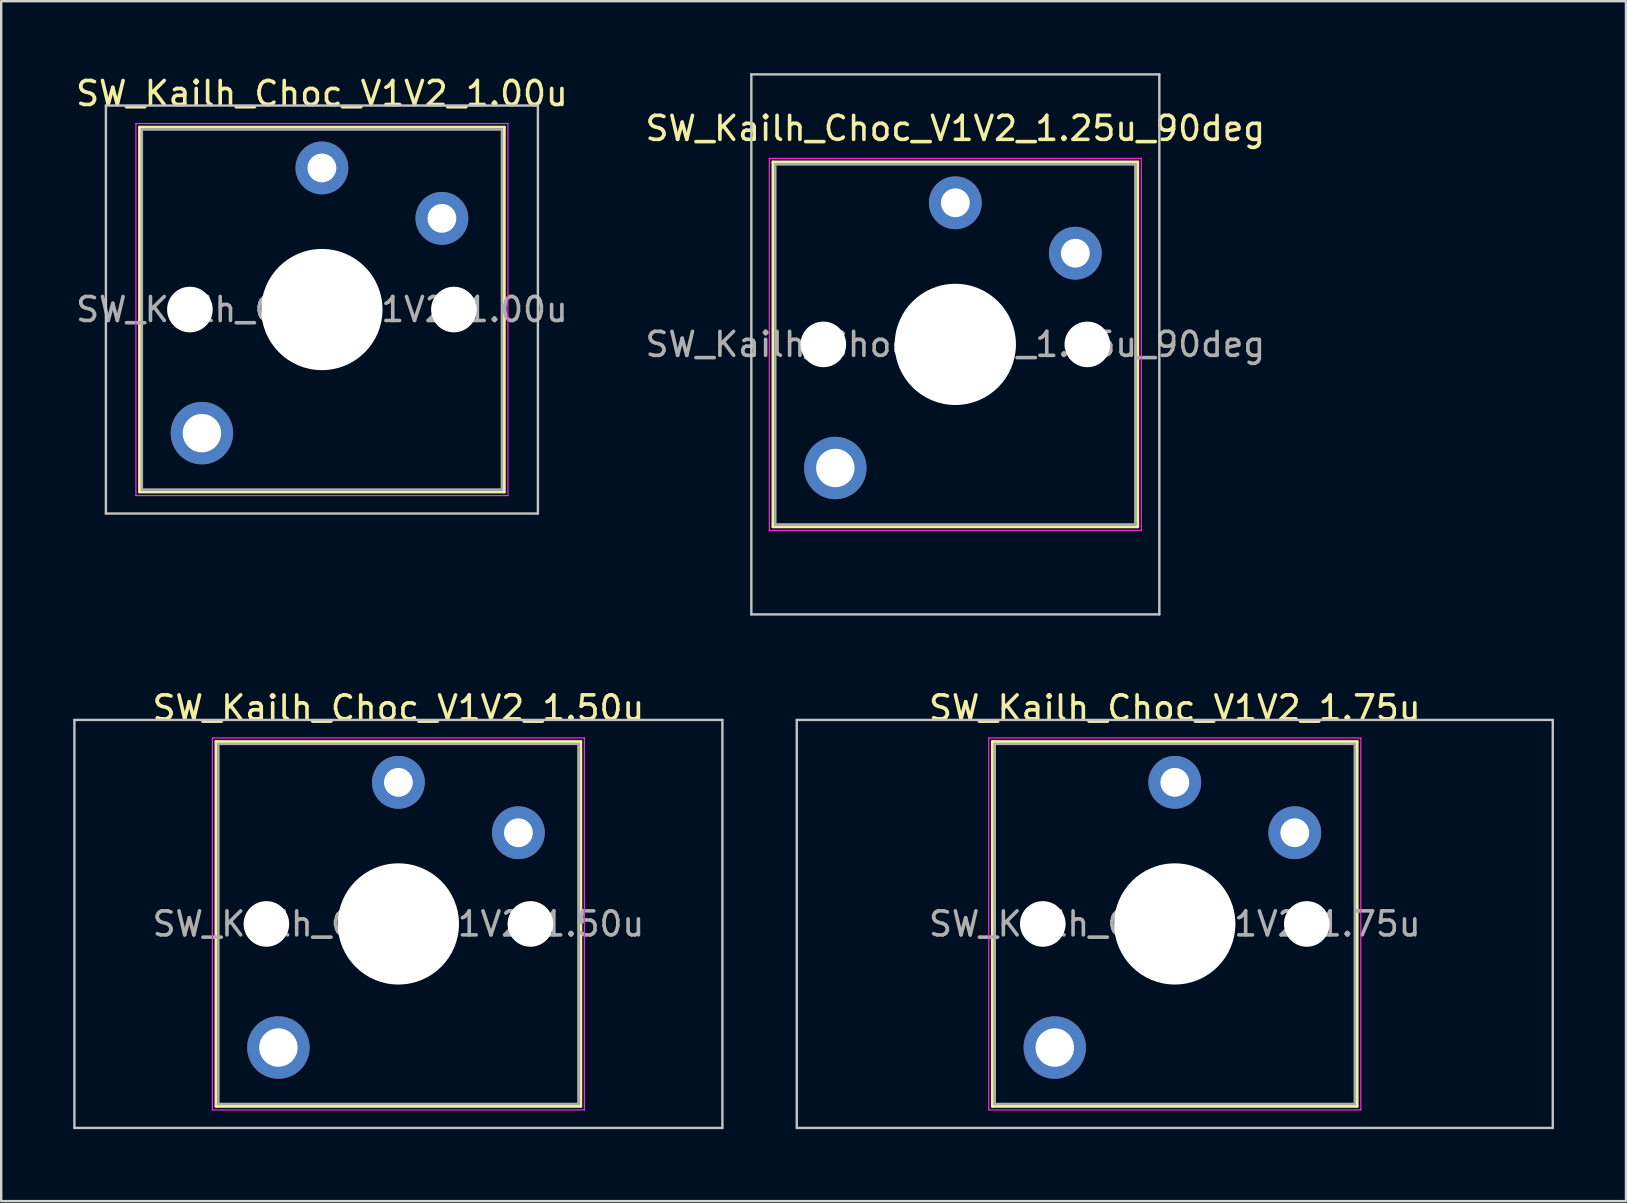
<source format=kicad_pcb>
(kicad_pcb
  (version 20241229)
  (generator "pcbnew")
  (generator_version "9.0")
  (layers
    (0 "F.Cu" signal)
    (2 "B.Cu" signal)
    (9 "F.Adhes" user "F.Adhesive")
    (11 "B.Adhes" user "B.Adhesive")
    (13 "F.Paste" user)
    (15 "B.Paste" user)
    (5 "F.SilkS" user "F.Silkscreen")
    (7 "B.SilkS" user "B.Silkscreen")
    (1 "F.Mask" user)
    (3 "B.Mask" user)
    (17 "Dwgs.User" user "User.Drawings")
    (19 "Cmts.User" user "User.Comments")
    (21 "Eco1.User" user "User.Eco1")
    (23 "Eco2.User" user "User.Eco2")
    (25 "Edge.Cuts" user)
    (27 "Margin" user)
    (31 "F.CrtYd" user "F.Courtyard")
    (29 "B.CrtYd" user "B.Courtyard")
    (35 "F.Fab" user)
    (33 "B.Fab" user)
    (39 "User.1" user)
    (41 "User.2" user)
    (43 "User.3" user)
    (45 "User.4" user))
  (footprint "SW_Kailh_Choc_V1V2_1.25u_90deg"
    (layer "F.Cu")
    (at 36.756 11.3)
    (property "Reference" "SW_Kailh_Choc_V1V2_1.25u_90deg" (at 0 -9 0) (layer "F.SilkS") (effects (font (size 1 1) (thickness 0.15))))
    (attr through_hole)
    (fp_line (start -7.6 -7.6) (end -7.6 7.6) (stroke (width 0.12) (type solid)) (layer "F.SilkS"))
    (fp_line (start -7.6 7.6) (end 7.6 7.6) (stroke (width 0.12) (type solid)) (layer "F.SilkS"))
    (fp_line (start 7.6 -7.6) (end -7.6 -7.6) (stroke (width 0.12) (type solid)) (layer "F.SilkS"))
    (fp_line (start 7.6 7.6) (end 7.6 -7.6) (stroke (width 0.12) (type solid)) (layer "F.SilkS"))
    (fp_line (start -8.5 -11.25) (end 8.5 -11.25) (stroke (width 0.1) (type solid)) (layer "Dwgs.User"))
    (fp_line (start -8.5 11.25) (end -8.5 -11.25) (stroke (width 0.1) (type solid)) (layer "Dwgs.User"))
    (fp_line (start 8.5 -11.25) (end 8.5 11.25) (stroke (width 0.1) (type solid)) (layer "Dwgs.User"))
    (fp_line (start 8.5 11.25) (end -8.5 11.25) (stroke (width 0.1) (type solid)) (layer "Dwgs.User"))
    (fp_line (start -7.25 -7.25) (end -7.25 7.25) (stroke (width 0.1) (type solid)) (layer "Eco1.User"))
    (fp_line (start -7.25 7.25) (end 7.25 7.25) (stroke (width 0.1) (type solid)) (layer "Eco1.User"))
    (fp_line (start 7.25 -7.25) (end -7.25 -7.25) (stroke (width 0.1) (type solid)) (layer "Eco1.User"))
    (fp_line (start 7.25 7.25) (end 7.25 -7.25) (stroke (width 0.1) (type solid)) (layer "Eco1.User"))
    (fp_line (start -7.75 -7.75) (end -7.75 7.75) (stroke (width 0.05) (type solid)) (layer "F.CrtYd"))
    (fp_line (start -7.75 7.75) (end 7.75 7.75) (stroke (width 0.05) (type solid)) (layer "F.CrtYd"))
    (fp_line (start 7.75 -7.75) (end -7.75 -7.75) (stroke (width 0.05) (type solid)) (layer "F.CrtYd"))
    (fp_line (start 7.75 7.75) (end 7.75 -7.75) (stroke (width 0.05) (type solid)) (layer "F.CrtYd"))
    (fp_line (start -7.5 -7.5) (end -7.5 7.5) (stroke (width 0.1) (type solid)) (layer "F.Fab"))
    (fp_line (start -7.5 7.5) (end 7.5 7.5) (stroke (width 0.1) (type solid)) (layer "F.Fab"))
    (fp_line (start 7.5 -7.5) (end -7.5 -7.5) (stroke (width 0.1) (type solid)) (layer "F.Fab"))
    (fp_line (start 7.5 7.5) (end 7.5 -7.5) (stroke (width 0.1) (type solid)) (layer "F.Fab"))
    (fp_text user "${REFERENCE}" (at 0 0 0) (layer "F.Fab") (effects (font (size 1 1) (thickness 0.15))))
    (pad "" np_thru_hole circle (at -5.5 0) (size 1.9 1.9) (drill 1.9) (layers "*.Cu" "*.Mask"))
    (pad "" smd circle (at -5 5.15) (size 1.65 1.65) (layers "F.Mask"))
    (pad "" thru_hole circle (at -5 5.15) (size 2.6 2.6) (drill 1.6) (layers "*.Cu" "B.Mask"))
    (pad "" smd circle (at 0 -5.9) (size 1.25 1.25) (layers "F.Mask"))
    (pad "" np_thru_hole circle (at 0 0) (size 5.05 5.05) (drill 5.05) (layers "*.Cu" "*.Mask"))
    (pad "" smd circle (at 5 -3.8) (size 1.25 1.25) (layers "F.Mask"))
    (pad "" np_thru_hole circle (at 5.5 0) (size 1.9 1.9) (drill 1.9) (layers "*.Cu" "*.Mask"))
    (pad "1" thru_hole circle (at 0 -5.9) (size 2.2 2.2) (drill 1.2) (layers "*.Cu" "B.Mask"))
    (pad "2" thru_hole circle (at 5 -3.8) (size 2.2 2.2) (drill 1.2) (layers "*.Cu" "B.Mask")))
  (footprint "SW_Kailh_Choc_V1V2_1.50u"
    (layer "F.Cu")
    (at 13.55 35.448)
    (property "Reference" "SW_Kailh_Choc_V1V2_1.50u" (at 0 -9 0) (layer "F.SilkS") (effects (font (size 1 1) (thickness 0.15))))
    (attr through_hole)
    (fp_line (start -7.6 -7.6) (end -7.6 7.6) (stroke (width 0.12) (type solid)) (layer "F.SilkS"))
    (fp_line (start -7.6 7.6) (end 7.6 7.6) (stroke (width 0.12) (type solid)) (layer "F.SilkS"))
    (fp_line (start 7.6 -7.6) (end -7.6 -7.6) (stroke (width 0.12) (type solid)) (layer "F.SilkS"))
    (fp_line (start 7.6 7.6) (end 7.6 -7.6) (stroke (width 0.12) (type solid)) (layer "F.SilkS"))
    (fp_line (start -13.5 -8.5) (end -13.5 8.5) (stroke (width 0.1) (type solid)) (layer "Dwgs.User"))
    (fp_line (start -13.5 8.5) (end 13.5 8.5) (stroke (width 0.1) (type solid)) (layer "Dwgs.User"))
    (fp_line (start 13.5 -8.5) (end -13.5 -8.5) (stroke (width 0.1) (type solid)) (layer "Dwgs.User"))
    (fp_line (start 13.5 8.5) (end 13.5 -8.5) (stroke (width 0.1) (type solid)) (layer "Dwgs.User"))
    (fp_line (start -7.25 -7.25) (end -7.25 7.25) (stroke (width 0.1) (type solid)) (layer "Eco1.User"))
    (fp_line (start -7.25 7.25) (end 7.25 7.25) (stroke (width 0.1) (type solid)) (layer "Eco1.User"))
    (fp_line (start 7.25 -7.25) (end -7.25 -7.25) (stroke (width 0.1) (type solid)) (layer "Eco1.User"))
    (fp_line (start 7.25 7.25) (end 7.25 -7.25) (stroke (width 0.1) (type solid)) (layer "Eco1.User"))
    (fp_line (start -7.75 -7.75) (end -7.75 7.75) (stroke (width 0.05) (type solid)) (layer "F.CrtYd"))
    (fp_line (start -7.75 7.75) (end 7.75 7.75) (stroke (width 0.05) (type solid)) (layer "F.CrtYd"))
    (fp_line (start 7.75 -7.75) (end -7.75 -7.75) (stroke (width 0.05) (type solid)) (layer "F.CrtYd"))
    (fp_line (start 7.75 7.75) (end 7.75 -7.75) (stroke (width 0.05) (type solid)) (layer "F.CrtYd"))
    (fp_line (start -7.5 -7.5) (end -7.5 7.5) (stroke (width 0.1) (type solid)) (layer "F.Fab"))
    (fp_line (start -7.5 7.5) (end 7.5 7.5) (stroke (width 0.1) (type solid)) (layer "F.Fab"))
    (fp_line (start 7.5 -7.5) (end -7.5 -7.5) (stroke (width 0.1) (type solid)) (layer "F.Fab"))
    (fp_line (start 7.5 7.5) (end 7.5 -7.5) (stroke (width 0.1) (type solid)) (layer "F.Fab"))
    (fp_text user "${REFERENCE}" (at 0 0 0) (layer "F.Fab") (effects (font (size 1 1) (thickness 0.15))))
    (pad "" np_thru_hole circle (at -5.5 0) (size 1.9 1.9) (drill 1.9) (layers "*.Cu" "*.Mask"))
    (pad "" smd circle (at -5 5.15) (size 1.65 1.65) (layers "F.Mask"))
    (pad "" thru_hole circle (at -5 5.15) (size 2.6 2.6) (drill 1.6) (layers "*.Cu" "B.Mask"))
    (pad "" smd circle (at 0 -5.9) (size 1.25 1.25) (layers "F.Mask"))
    (pad "" np_thru_hole circle (at 0 0) (size 5.05 5.05) (drill 5.05) (layers "*.Cu" "*.Mask"))
    (pad "" smd circle (at 5 -3.8) (size 1.25 1.25) (layers "F.Mask"))
    (pad "" np_thru_hole circle (at 5.5 0) (size 1.9 1.9) (drill 1.9) (layers "*.Cu" "*.Mask"))
    (pad "1" thru_hole circle (at 0 -5.9) (size 2.2 2.2) (drill 1.2) (layers "*.Cu" "B.Mask"))
    (pad "2" thru_hole circle (at 5 -3.8) (size 2.2 2.2) (drill 1.2) (layers "*.Cu" "B.Mask")))
  (footprint "SW_Kailh_Choc_V1V2_1.75u"
    (layer "F.Cu")
    (at 45.9 35.448)
    (property "Reference" "SW_Kailh_Choc_V1V2_1.75u" (at 0 -9 0) (layer "F.SilkS") (effects (font (size 1 1) (thickness 0.15))))
    (attr through_hole)
    (fp_line (start -7.6 -7.6) (end -7.6 7.6) (stroke (width 0.12) (type solid)) (layer "F.SilkS"))
    (fp_line (start -7.6 7.6) (end 7.6 7.6) (stroke (width 0.12) (type solid)) (layer "F.SilkS"))
    (fp_line (start 7.6 -7.6) (end -7.6 -7.6) (stroke (width 0.12) (type solid)) (layer "F.SilkS"))
    (fp_line (start 7.6 7.6) (end 7.6 -7.6) (stroke (width 0.12) (type solid)) (layer "F.SilkS"))
    (fp_line (start -15.75 -8.5) (end -15.75 8.5) (stroke (width 0.1) (type solid)) (layer "Dwgs.User"))
    (fp_line (start -15.75 8.5) (end 15.75 8.5) (stroke (width 0.1) (type solid)) (layer "Dwgs.User"))
    (fp_line (start 15.75 -8.5) (end -15.75 -8.5) (stroke (width 0.1) (type solid)) (layer "Dwgs.User"))
    (fp_line (start 15.75 8.5) (end 15.75 -8.5) (stroke (width 0.1) (type solid)) (layer "Dwgs.User"))
    (fp_line (start -7.25 -7.25) (end -7.25 7.25) (stroke (width 0.1) (type solid)) (layer "Eco1.User"))
    (fp_line (start -7.25 7.25) (end 7.25 7.25) (stroke (width 0.1) (type solid)) (layer "Eco1.User"))
    (fp_line (start 7.25 -7.25) (end -7.25 -7.25) (stroke (width 0.1) (type solid)) (layer "Eco1.User"))
    (fp_line (start 7.25 7.25) (end 7.25 -7.25) (stroke (width 0.1) (type solid)) (layer "Eco1.User"))
    (fp_line (start -7.75 -7.75) (end -7.75 7.75) (stroke (width 0.05) (type solid)) (layer "F.CrtYd"))
    (fp_line (start -7.75 7.75) (end 7.75 7.75) (stroke (width 0.05) (type solid)) (layer "F.CrtYd"))
    (fp_line (start 7.75 -7.75) (end -7.75 -7.75) (stroke (width 0.05) (type solid)) (layer "F.CrtYd"))
    (fp_line (start 7.75 7.75) (end 7.75 -7.75) (stroke (width 0.05) (type solid)) (layer "F.CrtYd"))
    (fp_line (start -7.5 -7.5) (end -7.5 7.5) (stroke (width 0.1) (type solid)) (layer "F.Fab"))
    (fp_line (start -7.5 7.5) (end 7.5 7.5) (stroke (width 0.1) (type solid)) (layer "F.Fab"))
    (fp_line (start 7.5 -7.5) (end -7.5 -7.5) (stroke (width 0.1) (type solid)) (layer "F.Fab"))
    (fp_line (start 7.5 7.5) (end 7.5 -7.5) (stroke (width 0.1) (type solid)) (layer "F.Fab"))
    (fp_text user "${REFERENCE}" (at 0 0 0) (layer "F.Fab") (effects (font (size 1 1) (thickness 0.15))))
    (pad "" np_thru_hole circle (at -5.5 0) (size 1.9 1.9) (drill 1.9) (layers "*.Cu" "*.Mask"))
    (pad "" smd circle (at -5 5.15) (size 1.65 1.65) (layers "F.Mask"))
    (pad "" thru_hole circle (at -5 5.15) (size 2.6 2.6) (drill 1.6) (layers "*.Cu" "B.Mask"))
    (pad "" smd circle (at 0 -5.9) (size 1.25 1.25) (layers "F.Mask"))
    (pad "" np_thru_hole circle (at 0 0) (size 5.05 5.05) (drill 5.05) (layers "*.Cu" "*.Mask"))
    (pad "" smd circle (at 5 -3.8) (size 1.25 1.25) (layers "F.Mask"))
    (pad "" np_thru_hole circle (at 5.5 0) (size 1.9 1.9) (drill 1.9) (layers "*.Cu" "*.Mask"))
    (pad "1" thru_hole circle (at 0 -5.9) (size 2.2 2.2) (drill 1.2) (layers "*.Cu" "B.Mask"))
    (pad "2" thru_hole circle (at 5 -3.8) (size 2.2 2.2) (drill 1.2) (layers "*.Cu" "B.Mask")))
  (footprint "SW_Kailh_Choc_V1V2_1.00u"
    (layer "F.Cu")
    (at 10.363 9.848)
    (property "Reference" "SW_Kailh_Choc_V1V2_1.00u" (at 0 -9 0) (layer "F.SilkS") (effects (font (size 1 1) (thickness 0.15))))
    (attr through_hole)
    (fp_line (start -7.6 -7.6) (end -7.6 7.6) (stroke (width 0.12) (type solid)) (layer "F.SilkS"))
    (fp_line (start -7.6 7.6) (end 7.6 7.6) (stroke (width 0.12) (type solid)) (layer "F.SilkS"))
    (fp_line (start 7.6 -7.6) (end -7.6 -7.6) (stroke (width 0.12) (type solid)) (layer "F.SilkS"))
    (fp_line (start 7.6 7.6) (end 7.6 -7.6) (stroke (width 0.12) (type solid)) (layer "F.SilkS"))
    (fp_line (start -9 -8.5) (end -9 8.5) (stroke (width 0.1) (type solid)) (layer "Dwgs.User"))
    (fp_line (start -9 8.5) (end 9 8.5) (stroke (width 0.1) (type solid)) (layer "Dwgs.User"))
    (fp_line (start 9 -8.5) (end -9 -8.5) (stroke (width 0.1) (type solid)) (layer "Dwgs.User"))
    (fp_line (start 9 8.5) (end 9 -8.5) (stroke (width 0.1) (type solid)) (layer "Dwgs.User"))
    (fp_line (start -7.25 -7.25) (end -7.25 7.25) (stroke (width 0.1) (type solid)) (layer "Eco1.User"))
    (fp_line (start -7.25 7.25) (end 7.25 7.25) (stroke (width 0.1) (type solid)) (layer "Eco1.User"))
    (fp_line (start 7.25 -7.25) (end -7.25 -7.25) (stroke (width 0.1) (type solid)) (layer "Eco1.User"))
    (fp_line (start 7.25 7.25) (end 7.25 -7.25) (stroke (width 0.1) (type solid)) (layer "Eco1.User"))
    (fp_line (start -7.75 -7.75) (end -7.75 7.75) (stroke (width 0.05) (type solid)) (layer "F.CrtYd"))
    (fp_line (start -7.75 7.75) (end 7.75 7.75) (stroke (width 0.05) (type solid)) (layer "F.CrtYd"))
    (fp_line (start 7.75 -7.75) (end -7.75 -7.75) (stroke (width 0.05) (type solid)) (layer "F.CrtYd"))
    (fp_line (start 7.75 7.75) (end 7.75 -7.75) (stroke (width 0.05) (type solid)) (layer "F.CrtYd"))
    (fp_line (start -7.5 -7.5) (end -7.5 7.5) (stroke (width 0.1) (type solid)) (layer "F.Fab"))
    (fp_line (start -7.5 7.5) (end 7.5 7.5) (stroke (width 0.1) (type solid)) (layer "F.Fab"))
    (fp_line (start 7.5 -7.5) (end -7.5 -7.5) (stroke (width 0.1) (type solid)) (layer "F.Fab"))
    (fp_line (start 7.5 7.5) (end 7.5 -7.5) (stroke (width 0.1) (type solid)) (layer "F.Fab"))
    (fp_text user "${REFERENCE}" (at 0 0 0) (layer "F.Fab") (effects (font (size 1 1) (thickness 0.15))))
    (pad "" np_thru_hole circle (at -5.5 0) (size 1.9 1.9) (drill 1.9) (layers "*.Cu" "*.Mask"))
    (pad "" smd circle (at -5 5.15) (size 1.65 1.65) (layers "F.Mask"))
    (pad "" thru_hole circle (at -5 5.15) (size 2.6 2.6) (drill 1.6) (layers "*.Cu" "B.Mask"))
    (pad "" smd circle (at 0 -5.9) (size 1.25 1.25) (layers "F.Mask"))
    (pad "" np_thru_hole circle (at 0 0) (size 5.05 5.05) (drill 5.05) (layers "*.Cu" "*.Mask"))
    (pad "" smd circle (at 5 -3.8) (size 1.25 1.25) (layers "F.Mask"))
    (pad "" np_thru_hole circle (at 5.5 0) (size 1.9 1.9) (drill 1.9) (layers "*.Cu" "*.Mask"))
    (pad "1" thru_hole circle (at 0 -5.9) (size 2.2 2.2) (drill 1.2) (layers "*.Cu" "B.Mask"))
    (pad "2" thru_hole circle (at 5 -3.8) (size 2.2 2.2) (drill 1.2) (layers "*.Cu" "B.Mask")))
  (gr_rect
    (start -3 -3)
    (end 64.7 46.998)
    (stroke (width 0.1) (type default))
    (fill no)
    (layer "Edge.Cuts")))
</source>
